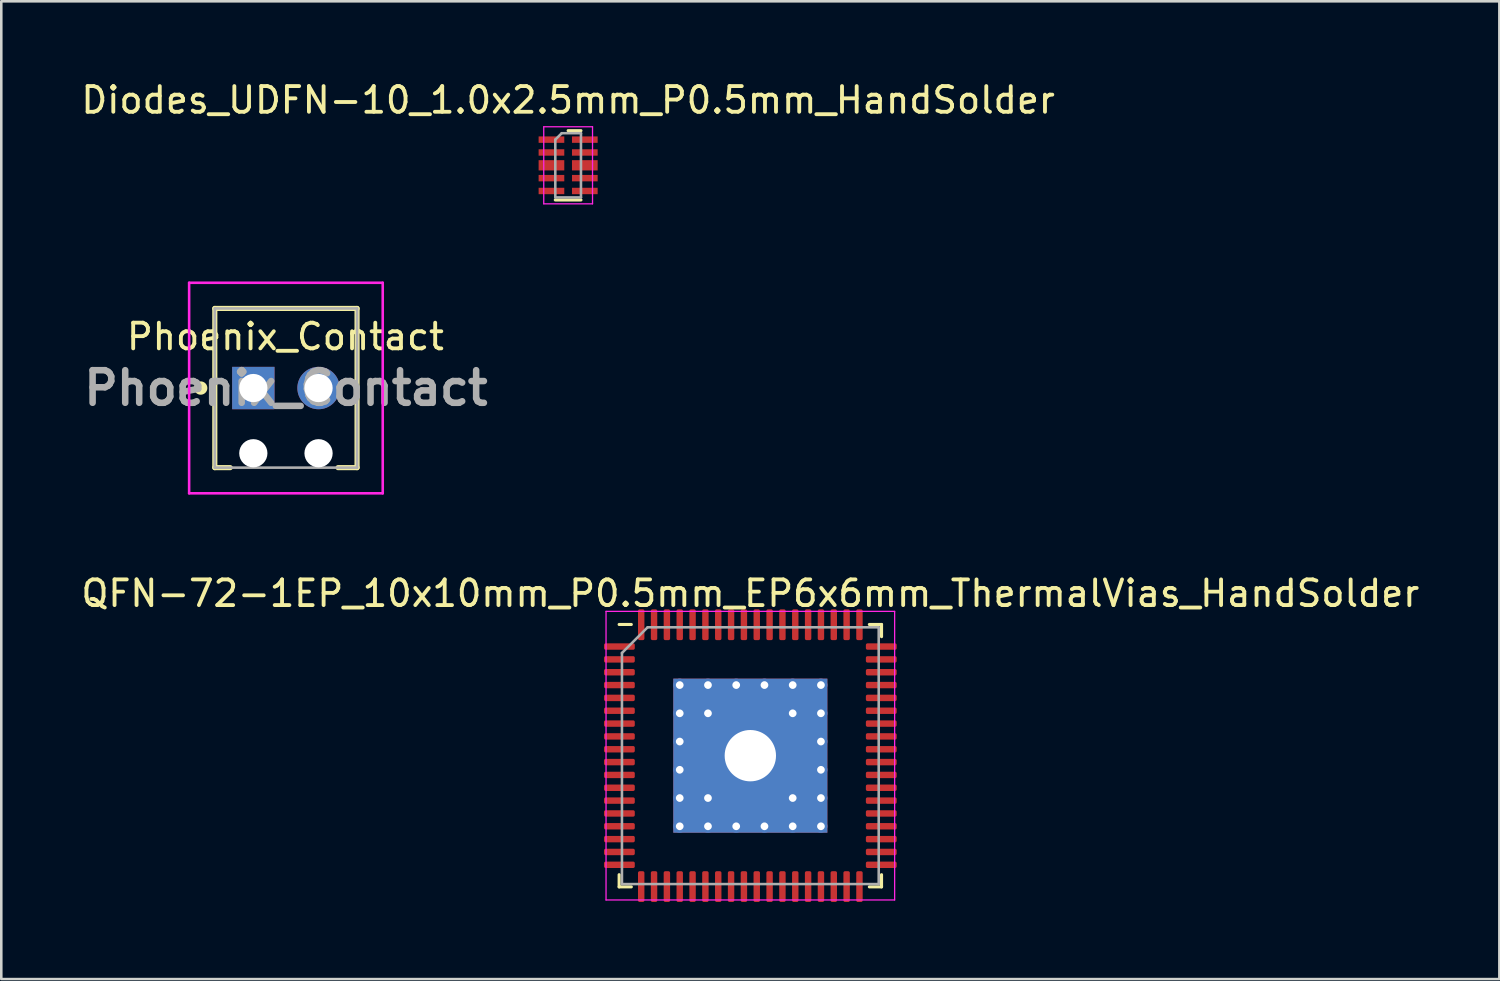
<source format=kicad_pcb>
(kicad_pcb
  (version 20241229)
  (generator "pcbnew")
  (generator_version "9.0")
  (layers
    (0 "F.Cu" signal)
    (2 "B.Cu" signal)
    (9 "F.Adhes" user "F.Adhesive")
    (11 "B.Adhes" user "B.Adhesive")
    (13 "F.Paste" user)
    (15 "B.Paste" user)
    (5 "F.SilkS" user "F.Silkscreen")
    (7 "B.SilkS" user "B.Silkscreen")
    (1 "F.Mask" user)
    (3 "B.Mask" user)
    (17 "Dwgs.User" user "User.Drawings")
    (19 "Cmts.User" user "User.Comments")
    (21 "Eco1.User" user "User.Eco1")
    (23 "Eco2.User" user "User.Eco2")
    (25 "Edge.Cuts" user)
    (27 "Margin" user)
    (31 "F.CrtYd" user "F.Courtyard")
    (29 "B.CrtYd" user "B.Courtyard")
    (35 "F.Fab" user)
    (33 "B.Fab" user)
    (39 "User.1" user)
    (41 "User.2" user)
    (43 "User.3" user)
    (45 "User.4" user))
  (footprint "QFN-72-1EP_10x10mm_P0.5mm_EP6x6mm_ThermalVias_HandSolder"
    (layer "F.Cu")
    (at 26.173 26.381)
    (property "Reference" "QFN-72-1EP_10x10mm_P0.5mm_EP6x6mm_ThermalVias_HandSolder" (at 0 -6.32 0) (layer "F.SilkS") (effects (font (size 1 1) (thickness 0.15))))
    (attr smd)
    (fp_line (start -5.11 5.11) (end -5.11 4.635) (stroke (width 0.12) (type solid)) (layer "F.SilkS"))
    (fp_line (start -4.635 -5.11) (end -5.11 -5.11) (stroke (width 0.12) (type solid)) (layer "F.SilkS"))
    (fp_line (start -4.635 5.11) (end -5.11 5.11) (stroke (width 0.12) (type solid)) (layer "F.SilkS"))
    (fp_line (start 4.635 -5.11) (end 5.11 -5.11) (stroke (width 0.12) (type solid)) (layer "F.SilkS"))
    (fp_line (start 4.635 5.11) (end 5.11 5.11) (stroke (width 0.12) (type solid)) (layer "F.SilkS"))
    (fp_line (start 5.11 -5.11) (end 5.11 -4.635) (stroke (width 0.12) (type solid)) (layer "F.SilkS"))
    (fp_line (start 5.11 5.11) (end 5.11 4.635) (stroke (width 0.12) (type solid)) (layer "F.SilkS"))
    (fp_line (start -5.62 -5.62) (end -5.62 5.62) (stroke (width 0.05) (type solid)) (layer "F.CrtYd"))
    (fp_line (start -5.62 5.62) (end 5.62 5.62) (stroke (width 0.05) (type solid)) (layer "F.CrtYd"))
    (fp_line (start 5.62 -5.62) (end -5.62 -5.62) (stroke (width 0.05) (type solid)) (layer "F.CrtYd"))
    (fp_line (start 5.62 5.62) (end 5.62 -5.62) (stroke (width 0.05) (type solid)) (layer "F.CrtYd"))
    (fp_line (start -5 -4) (end -4 -5) (stroke (width 0.1) (type solid)) (layer "F.Fab"))
    (fp_line (start -5 5) (end -5 -4) (stroke (width 0.1) (type solid)) (layer "F.Fab"))
    (fp_line (start -4 -5) (end 5 -5) (stroke (width 0.1) (type solid)) (layer "F.Fab"))
    (fp_line (start 5 -5) (end 5 5) (stroke (width 0.1) (type solid)) (layer "F.Fab"))
    (fp_line (start 5 5) (end -5 5) (stroke (width 0.1) (type solid)) (layer "F.Fab"))
    (pad "" smd roundrect (at -2.2 -2.2) (size 0.93 0.93) (layers "F.Paste") (roundrect_rratio 0.25))
    (pad "" smd roundrect (at -2.2 -1.1) (size 0.93 0.93) (layers "F.Paste") (roundrect_rratio 0.25))
    (pad "" smd roundrect (at -2.2 0) (size 0.93 0.93) (layers "F.Paste") (roundrect_rratio 0.25))
    (pad "" smd roundrect (at -2.2 1.1) (size 0.93 0.93) (layers "F.Paste") (roundrect_rratio 0.25))
    (pad "" smd roundrect (at -2.2 2.2) (size 0.93 0.93) (layers "F.Paste") (roundrect_rratio 0.25))
    (pad "" smd roundrect (at -1.1 -2.2) (size 0.93 0.93) (layers "F.Paste") (roundrect_rratio 0.25))
    (pad "" smd roundrect (at -1.1 -1.1) (size 0.93 0.93) (layers "F.Paste") (roundrect_rratio 0.25))
    (pad "" smd roundrect (at -1.1 0) (size 0.93 0.93) (layers "F.Paste") (roundrect_rratio 0.25))
    (pad "" smd roundrect (at -1.1 1.1) (size 0.93 0.93) (layers "F.Paste") (roundrect_rratio 0.25))
    (pad "" smd roundrect (at -1.1 2.2) (size 0.93 0.93) (layers "F.Paste") (roundrect_rratio 0.25))
    (pad "" smd roundrect (at 0 -2.2) (size 0.93 0.93) (layers "F.Paste") (roundrect_rratio 0.25))
    (pad "" smd roundrect (at 0 -1.1) (size 0.93 0.93) (layers "F.Paste") (roundrect_rratio 0.25))
    (pad "" smd roundrect (at 0 0) (size 0.93 0.93) (layers "F.Paste") (roundrect_rratio 0.25))
    (pad "" smd roundrect (at 0 1.1) (size 0.93 0.93) (layers "F.Paste") (roundrect_rratio 0.25))
    (pad "" smd roundrect (at 0 2.2) (size 0.93 0.93) (layers "F.Paste") (roundrect_rratio 0.25))
    (pad "" smd roundrect (at 1.1 -2.2) (size 0.93 0.93) (layers "F.Paste") (roundrect_rratio 0.25))
    (pad "" smd roundrect (at 1.1 -1.1) (size 0.93 0.93) (layers "F.Paste") (roundrect_rratio 0.25))
    (pad "" smd roundrect (at 1.1 0) (size 0.93 0.93) (layers "F.Paste") (roundrect_rratio 0.25))
    (pad "" smd roundrect (at 1.1 1.1) (size 0.93 0.93) (layers "F.Paste") (roundrect_rratio 0.25))
    (pad "" smd roundrect (at 1.1 2.2) (size 0.93 0.93) (layers "F.Paste") (roundrect_rratio 0.25))
    (pad "" smd roundrect (at 2.2 -2.2) (size 0.93 0.93) (layers "F.Paste") (roundrect_rratio 0.25))
    (pad "" smd roundrect (at 2.2 -1.1) (size 0.93 0.93) (layers "F.Paste") (roundrect_rratio 0.25))
    (pad "" smd roundrect (at 2.2 0) (size 0.93 0.93) (layers "F.Paste") (roundrect_rratio 0.25))
    (pad "" smd roundrect (at 2.2 1.1) (size 0.93 0.93) (layers "F.Paste") (roundrect_rratio 0.25))
    (pad "" smd roundrect (at 2.2 2.2) (size 0.93 0.93) (layers "F.Paste") (roundrect_rratio 0.25))
    (pad "1" smd roundrect (at -5.1 -4.25) (size 1.2 0.25) (layers "F.Cu" "F.Mask" "F.Paste") (roundrect_rratio 0.25))
    (pad "2" smd roundrect (at -5.1 -3.75) (size 1.2 0.25) (layers "F.Cu" "F.Mask" "F.Paste") (roundrect_rratio 0.25))
    (pad "3" smd roundrect (at -5.1 -3.25) (size 1.2 0.25) (layers "F.Cu" "F.Mask" "F.Paste") (roundrect_rratio 0.25))
    (pad "4" smd roundrect (at -5.1 -2.75) (size 1.2 0.25) (layers "F.Cu" "F.Mask" "F.Paste") (roundrect_rratio 0.25))
    (pad "5" smd roundrect (at -5.1 -2.25) (size 1.2 0.25) (layers "F.Cu" "F.Mask" "F.Paste") (roundrect_rratio 0.25))
    (pad "6" smd roundrect (at -5.1 -1.75) (size 1.2 0.25) (layers "F.Cu" "F.Mask" "F.Paste") (roundrect_rratio 0.25))
    (pad "7" smd roundrect (at -5.1 -1.25) (size 1.2 0.25) (layers "F.Cu" "F.Mask" "F.Paste") (roundrect_rratio 0.25))
    (pad "8" smd roundrect (at -5.1 -0.75) (size 1.2 0.25) (layers "F.Cu" "F.Mask" "F.Paste") (roundrect_rratio 0.25))
    (pad "9" smd roundrect (at -5.1 -0.25) (size 1.2 0.25) (layers "F.Cu" "F.Mask" "F.Paste") (roundrect_rratio 0.25))
    (pad "10" smd roundrect (at -5.1 0.25) (size 1.2 0.25) (layers "F.Cu" "F.Mask" "F.Paste") (roundrect_rratio 0.25))
    (pad "11" smd roundrect (at -5.1 0.75) (size 1.2 0.25) (layers "F.Cu" "F.Mask" "F.Paste") (roundrect_rratio 0.25))
    (pad "12" smd roundrect (at -5.1 1.25) (size 1.2 0.25) (layers "F.Cu" "F.Mask" "F.Paste") (roundrect_rratio 0.25))
    (pad "13" smd roundrect (at -5.1 1.75) (size 1.2 0.25) (layers "F.Cu" "F.Mask" "F.Paste") (roundrect_rratio 0.25))
    (pad "14" smd roundrect (at -5.1 2.25) (size 1.2 0.25) (layers "F.Cu" "F.Mask" "F.Paste") (roundrect_rratio 0.25))
    (pad "15" smd roundrect (at -5.1 2.75) (size 1.2 0.25) (layers "F.Cu" "F.Mask" "F.Paste") (roundrect_rratio 0.25))
    (pad "16" smd roundrect (at -5.1 3.25) (size 1.2 0.25) (layers "F.Cu" "F.Mask" "F.Paste") (roundrect_rratio 0.25))
    (pad "17" smd roundrect (at -5.1 3.75) (size 1.2 0.25) (layers "F.Cu" "F.Mask" "F.Paste") (roundrect_rratio 0.25))
    (pad "18" smd roundrect (at -5.1 4.25) (size 1.2 0.25) (layers "F.Cu" "F.Mask" "F.Paste") (roundrect_rratio 0.25))
    (pad "19" smd roundrect (at -4.25 5.1) (size 0.25 1.2) (layers "F.Cu" "F.Mask" "F.Paste") (roundrect_rratio 0.25))
    (pad "20" smd roundrect (at -3.75 5.1) (size 0.25 1.2) (layers "F.Cu" "F.Mask" "F.Paste") (roundrect_rratio 0.25))
    (pad "21" smd roundrect (at -3.25 5.1) (size 0.25 1.2) (layers "F.Cu" "F.Mask" "F.Paste") (roundrect_rratio 0.25))
    (pad "22" smd roundrect (at -2.75 5.1) (size 0.25 1.2) (layers "F.Cu" "F.Mask" "F.Paste") (roundrect_rratio 0.25))
    (pad "23" smd roundrect (at -2.25 5.1) (size 0.25 1.2) (layers "F.Cu" "F.Mask" "F.Paste") (roundrect_rratio 0.25))
    (pad "24" smd roundrect (at -1.75 5.1) (size 0.25 1.2) (layers "F.Cu" "F.Mask" "F.Paste") (roundrect_rratio 0.25))
    (pad "25" smd roundrect (at -1.25 5.1) (size 0.25 1.2) (layers "F.Cu" "F.Mask" "F.Paste") (roundrect_rratio 0.25))
    (pad "26" smd roundrect (at -0.75 5.1) (size 0.25 1.2) (layers "F.Cu" "F.Mask" "F.Paste") (roundrect_rratio 0.25))
    (pad "27" smd roundrect (at -0.25 5.1) (size 0.25 1.2) (layers "F.Cu" "F.Mask" "F.Paste") (roundrect_rratio 0.25))
    (pad "28" smd roundrect (at 0.25 5.1) (size 0.25 1.2) (layers "F.Cu" "F.Mask" "F.Paste") (roundrect_rratio 0.25))
    (pad "29" smd roundrect (at 0.75 5.1) (size 0.25 1.2) (layers "F.Cu" "F.Mask" "F.Paste") (roundrect_rratio 0.25))
    (pad "30" smd roundrect (at 1.25 5.1) (size 0.25 1.2) (layers "F.Cu" "F.Mask" "F.Paste") (roundrect_rratio 0.25))
    (pad "31" smd roundrect (at 1.75 5.1) (size 0.25 1.2) (layers "F.Cu" "F.Mask" "F.Paste") (roundrect_rratio 0.25))
    (pad "32" smd roundrect (at 2.25 5.1) (size 0.25 1.2) (layers "F.Cu" "F.Mask" "F.Paste") (roundrect_rratio 0.25))
    (pad "33" smd roundrect (at 2.75 5.1) (size 0.25 1.2) (layers "F.Cu" "F.Mask" "F.Paste") (roundrect_rratio 0.25))
    (pad "34" smd roundrect (at 3.25 5.1) (size 0.25 1.2) (layers "F.Cu" "F.Mask" "F.Paste") (roundrect_rratio 0.25))
    (pad "35" smd roundrect (at 3.75 5.1) (size 0.25 1.2) (layers "F.Cu" "F.Mask" "F.Paste") (roundrect_rratio 0.25))
    (pad "36" smd roundrect (at 4.25 5.1) (size 0.25 1.2) (layers "F.Cu" "F.Mask" "F.Paste") (roundrect_rratio 0.25))
    (pad "37" smd roundrect (at 5.1 4.25) (size 1.2 0.25) (layers "F.Cu" "F.Mask" "F.Paste") (roundrect_rratio 0.25))
    (pad "38" smd roundrect (at 5.1 3.75) (size 1.2 0.25) (layers "F.Cu" "F.Mask" "F.Paste") (roundrect_rratio 0.25))
    (pad "39" smd roundrect (at 5.1 3.25) (size 1.2 0.25) (layers "F.Cu" "F.Mask" "F.Paste") (roundrect_rratio 0.25))
    (pad "40" smd roundrect (at 5.1 2.75) (size 1.2 0.25) (layers "F.Cu" "F.Mask" "F.Paste") (roundrect_rratio 0.25))
    (pad "41" smd roundrect (at 5.1 2.25) (size 1.2 0.25) (layers "F.Cu" "F.Mask" "F.Paste") (roundrect_rratio 0.25))
    (pad "42" smd roundrect (at 5.1 1.75) (size 1.2 0.25) (layers "F.Cu" "F.Mask" "F.Paste") (roundrect_rratio 0.25))
    (pad "43" smd roundrect (at 5.1 1.25) (size 1.2 0.25) (layers "F.Cu" "F.Mask" "F.Paste") (roundrect_rratio 0.25))
    (pad "44" smd roundrect (at 5.1 0.75) (size 1.2 0.25) (layers "F.Cu" "F.Mask" "F.Paste") (roundrect_rratio 0.25))
    (pad "45" smd roundrect (at 5.1 0.25) (size 1.2 0.25) (layers "F.Cu" "F.Mask" "F.Paste") (roundrect_rratio 0.25))
    (pad "46" smd roundrect (at 5.1 -0.25) (size 1.2 0.25) (layers "F.Cu" "F.Mask" "F.Paste") (roundrect_rratio 0.25))
    (pad "47" smd roundrect (at 5.1 -0.75) (size 1.2 0.25) (layers "F.Cu" "F.Mask" "F.Paste") (roundrect_rratio 0.25))
    (pad "48" smd roundrect (at 5.1 -1.25) (size 1.2 0.25) (layers "F.Cu" "F.Mask" "F.Paste") (roundrect_rratio 0.25))
    (pad "49" smd roundrect (at 5.1 -1.75) (size 1.2 0.25) (layers "F.Cu" "F.Mask" "F.Paste") (roundrect_rratio 0.25))
    (pad "50" smd roundrect (at 5.1 -2.25) (size 1.2 0.25) (layers "F.Cu" "F.Mask" "F.Paste") (roundrect_rratio 0.25))
    (pad "51" smd roundrect (at 5.1 -2.75) (size 1.2 0.25) (layers "F.Cu" "F.Mask" "F.Paste") (roundrect_rratio 0.25))
    (pad "52" smd roundrect (at 5.1 -3.25) (size 1.2 0.25) (layers "F.Cu" "F.Mask" "F.Paste") (roundrect_rratio 0.25))
    (pad "53" smd roundrect (at 5.1 -3.75) (size 1.2 0.25) (layers "F.Cu" "F.Mask" "F.Paste") (roundrect_rratio 0.25))
    (pad "54" smd roundrect (at 5.1 -4.25) (size 1.2 0.25) (layers "F.Cu" "F.Mask" "F.Paste") (roundrect_rratio 0.25))
    (pad "55" smd roundrect (at 4.25 -5.1) (size 0.25 1.2) (layers "F.Cu" "F.Mask" "F.Paste") (roundrect_rratio 0.25))
    (pad "56" smd roundrect (at 3.75 -5.1) (size 0.25 1.2) (layers "F.Cu" "F.Mask" "F.Paste") (roundrect_rratio 0.25))
    (pad "57" smd roundrect (at 3.25 -5.1) (size 0.25 1.2) (layers "F.Cu" "F.Mask" "F.Paste") (roundrect_rratio 0.25))
    (pad "58" smd roundrect (at 2.75 -5.1) (size 0.25 1.2) (layers "F.Cu" "F.Mask" "F.Paste") (roundrect_rratio 0.25))
    (pad "59" smd roundrect (at 2.25 -5.1) (size 0.25 1.2) (layers "F.Cu" "F.Mask" "F.Paste") (roundrect_rratio 0.25))
    (pad "60" smd roundrect (at 1.75 -5.1) (size 0.25 1.2) (layers "F.Cu" "F.Mask" "F.Paste") (roundrect_rratio 0.25))
    (pad "61" smd roundrect (at 1.25 -5.1) (size 0.25 1.2) (layers "F.Cu" "F.Mask" "F.Paste") (roundrect_rratio 0.25))
    (pad "62" smd roundrect (at 0.75 -5.1) (size 0.25 1.2) (layers "F.Cu" "F.Mask" "F.Paste") (roundrect_rratio 0.25))
    (pad "63" smd roundrect (at 0.25 -5.1) (size 0.25 1.2) (layers "F.Cu" "F.Mask" "F.Paste") (roundrect_rratio 0.25))
    (pad "64" smd roundrect (at -0.25 -5.1) (size 0.25 1.2) (layers "F.Cu" "F.Mask" "F.Paste") (roundrect_rratio 0.25))
    (pad "65" smd roundrect (at -0.75 -5.1) (size 0.25 1.2) (layers "F.Cu" "F.Mask" "F.Paste") (roundrect_rratio 0.25))
    (pad "66" smd roundrect (at -1.25 -5.1) (size 0.25 1.2) (layers "F.Cu" "F.Mask" "F.Paste") (roundrect_rratio 0.25))
    (pad "67" smd roundrect (at -1.75 -5.1) (size 0.25 1.2) (layers "F.Cu" "F.Mask" "F.Paste") (roundrect_rratio 0.25))
    (pad "68" smd roundrect (at -2.25 -5.1) (size 0.25 1.2) (layers "F.Cu" "F.Mask" "F.Paste") (roundrect_rratio 0.25))
    (pad "69" smd roundrect (at -2.75 -5.1) (size 0.25 1.2) (layers "F.Cu" "F.Mask" "F.Paste") (roundrect_rratio 0.25))
    (pad "70" smd roundrect (at -3.25 -5.1) (size 0.25 1.2) (layers "F.Cu" "F.Mask" "F.Paste") (roundrect_rratio 0.25))
    (pad "71" smd roundrect (at -3.75 -5.1) (size 0.25 1.2) (layers "F.Cu" "F.Mask" "F.Paste") (roundrect_rratio 0.25))
    (pad "72" smd roundrect (at -4.25 -5.1) (size 0.25 1.2) (layers "F.Cu" "F.Mask" "F.Paste") (roundrect_rratio 0.25))
    (pad "73" thru_hole circle (at -2.75 -2.75) (size 0.5 0.5) (drill 0.3) (layers "*.Cu"))
    (pad "73" thru_hole circle (at -2.75 -1.65) (size 0.5 0.5) (drill 0.3) (layers "*.Cu"))
    (pad "73" thru_hole circle (at -2.75 -0.55) (size 0.5 0.5) (drill 0.3) (layers "*.Cu"))
    (pad "73" thru_hole circle (at -2.75 0.55) (size 0.5 0.5) (drill 0.3) (layers "*.Cu"))
    (pad "73" thru_hole circle (at -2.75 1.65) (size 0.5 0.5) (drill 0.3) (layers "*.Cu"))
    (pad "73" thru_hole circle (at -2.75 2.75) (size 0.5 0.5) (drill 0.3) (layers "*.Cu"))
    (pad "73" thru_hole circle (at -1.65 -2.75) (size 0.5 0.5) (drill 0.3) (layers "*.Cu"))
    (pad "73" thru_hole circle (at -1.65 -1.65) (size 0.5 0.5) (drill 0.3) (layers "*.Cu"))
    (pad "73" thru_hole circle (at -1.65 1.65) (size 0.5 0.5) (drill 0.3) (layers "*.Cu"))
    (pad "73" thru_hole circle (at -1.65 2.75) (size 0.5 0.5) (drill 0.3) (layers "*.Cu"))
    (pad "73" thru_hole circle (at -0.55 -2.75) (size 0.5 0.5) (drill 0.3) (layers "*.Cu"))
    (pad "73" thru_hole circle (at -0.55 2.75) (size 0.5 0.5) (drill 0.3) (layers "*.Cu"))
    (pad "73" thru_hole circle (at 0 0) (size 3 3) (drill 2) (layers "*.Cu" "*.Mask"))
    (pad "73" smd rect (at 0 0) (size 6 6) (layers "F.Cu" "F.Mask"))
    (pad "73" smd rect (at 0 0) (size 6 6) (layers "B.Cu"))
    (pad "73" thru_hole circle (at 0.55 -2.75) (size 0.5 0.5) (drill 0.3) (layers "*.Cu"))
    (pad "73" thru_hole circle (at 0.55 2.75) (size 0.5 0.5) (drill 0.3) (layers "*.Cu"))
    (pad "73" thru_hole circle (at 1.65 -2.75) (size 0.5 0.5) (drill 0.3) (layers "*.Cu"))
    (pad "73" thru_hole circle (at 1.65 -1.65) (size 0.5 0.5) (drill 0.3) (layers "*.Cu"))
    (pad "73" thru_hole circle (at 1.65 1.65) (size 0.5 0.5) (drill 0.3) (layers "*.Cu"))
    (pad "73" thru_hole circle (at 1.65 2.75) (size 0.5 0.5) (drill 0.3) (layers "*.Cu"))
    (pad "73" thru_hole circle (at 2.75 -2.75) (size 0.5 0.5) (drill 0.3) (layers "*.Cu"))
    (pad "73" thru_hole circle (at 2.75 -1.65) (size 0.5 0.5) (drill 0.3) (layers "*.Cu"))
    (pad "73" thru_hole circle (at 2.75 -0.55) (size 0.5 0.5) (drill 0.3) (layers "*.Cu"))
    (pad "73" thru_hole circle (at 2.75 0.55) (size 0.5 0.5) (drill 0.3) (layers "*.Cu"))
    (pad "73" thru_hole circle (at 2.75 1.65) (size 0.5 0.5) (drill 0.3) (layers "*.Cu"))
    (pad "73" thru_hole circle (at 2.75 2.75) (size 0.5 0.5) (drill 0.3) (layers "*.Cu")))
  (footprint "Diodes_UDFN-10_1.0x2.5mm_P0.5mm_HandSolder"
    (layer "F.Cu")
    (at 19.077 3.388)
    (property "Reference" "Diodes_UDFN-10_1.0x2.5mm_P0.5mm_HandSolder" (at 0 -2.54 0) (layer "F.SilkS") (effects (font (size 1 1) (thickness 0.15))))
    (attr smd)
    (fp_line (start 0.5 -1.35) (end 0 -1.35) (stroke (width 0.12) (type solid)) (layer "F.SilkS"))
    (fp_line (start 0.5 1.35) (end -0.5 1.35) (stroke (width 0.12) (type solid)) (layer "F.SilkS"))
    (fp_line (start -0.95 -1.5) (end 0.95 -1.5) (stroke (width 0.05) (type solid)) (layer "F.CrtYd"))
    (fp_line (start -0.95 1.5) (end -0.95 -1.5) (stroke (width 0.05) (type solid)) (layer "F.CrtYd"))
    (fp_line (start 0.95 -1.5) (end 0.95 1.5) (stroke (width 0.05) (type solid)) (layer "F.CrtYd"))
    (fp_line (start 0.95 1.5) (end -0.95 1.5) (stroke (width 0.05) (type solid)) (layer "F.CrtYd"))
    (fp_line (start -0.5 -1) (end -0.5 1.25) (stroke (width 0.1) (type solid)) (layer "F.Fab"))
    (fp_line (start -0.5 1.25) (end 0.5 1.25) (stroke (width 0.1) (type solid)) (layer "F.Fab"))
    (fp_line (start -0.25 -1.25) (end -0.5 -1) (stroke (width 0.1) (type solid)) (layer "F.Fab"))
    (fp_line (start 0.5 -1.25) (end -0.25 -1.25) (stroke (width 0.1) (type solid)) (layer "F.Fab"))
    (fp_line (start 0.5 -1.25) (end 0.5 1.25) (stroke (width 0.1) (type solid)) (layer "F.Fab"))
    (pad "1" smd rect (at -0.65 -1 270) (size 0.25 1) (layers "F.Cu" "F.Mask" "F.Paste"))
    (pad "2" smd rect (at -0.65 -0.5 270) (size 0.25 1) (layers "F.Cu" "F.Mask" "F.Paste"))
    (pad "3" smd rect (at -0.65 0 270) (size 0.4 1) (layers "F.Cu" "F.Mask" "F.Paste"))
    (pad "4" smd rect (at -0.65 0.5 270) (size 0.25 1) (layers "F.Cu" "F.Mask" "F.Paste"))
    (pad "5" smd rect (at -0.65 1 270) (size 0.25 1) (layers "F.Cu" "F.Mask" "F.Paste"))
    (pad "6" smd rect (at 0.65 1 270) (size 0.25 1) (layers "F.Cu" "F.Mask" "F.Paste"))
    (pad "7" smd rect (at 0.65 0.5 270) (size 0.25 1) (layers "F.Cu" "F.Mask" "F.Paste"))
    (pad "8" smd rect (at 0.65 0 270) (size 0.4 1) (layers "F.Cu" "F.Mask" "F.Paste"))
    (pad "9" smd rect (at 0.65 -0.5 270) (size 0.25 1) (layers "F.Cu" "F.Mask" "F.Paste"))
    (pad "10" smd rect (at 0.65 -1 270) (size 0.25 1) (layers "F.Cu" "F.Mask" "F.Paste")))
  (footprint "Phoenix_Contact"
    (layer "F.Cu")
    (at 6.816 12.063)
    (property "Reference" "Phoenix_Contact" (at 1.25 -2 0) (layer "F.SilkS") (effects (font (size 1 1) (thickness 0.15))))
    (attr through_hole)
    (fp_line (start -1.5 -3.1) (end 4.04 -3.1) (stroke (width 0.2) (type solid)) (layer "F.SilkS"))
    (fp_line (start -1.5 3.1) (end -1.5 -3.1) (stroke (width 0.2) (type solid)) (layer "F.SilkS"))
    (fp_line (start -0.9 3.1) (end -1.5 3.1) (stroke (width 0.2) (type solid)) (layer "F.SilkS"))
    (fp_line (start 4.04 -3.1) (end 4.04 3.1) (stroke (width 0.2) (type solid)) (layer "F.SilkS"))
    (fp_line (start 4.04 3.1) (end 3.3 3.1) (stroke (width 0.2) (type solid)) (layer "F.SilkS"))
    (fp_circle (center -2.05 0) (end -1.95 0) (stroke (width 0.2) (type solid)) (fill no) (layer "F.SilkS"))
    (fp_circle (center -2.05 0) (end -1.85 0) (stroke (width 0.12) (type solid)) (fill no) (layer "F.SilkS"))
    (fp_line (start -2.5 -4.1) (end 5.04 -4.1) (stroke (width 0.1) (type solid)) (layer "F.CrtYd"))
    (fp_line (start -2.5 4.1) (end -2.5 -4.1) (stroke (width 0.1) (type solid)) (layer "F.CrtYd"))
    (fp_line (start 5.04 -4.1) (end 5.04 4.1) (stroke (width 0.1) (type solid)) (layer "F.CrtYd"))
    (fp_line (start 5.04 4.1) (end -2.5 4.1) (stroke (width 0.1) (type solid)) (layer "F.CrtYd"))
    (fp_line (start -1.5 -3.1) (end -1.5 3.1) (stroke (width 0.1) (type solid)) (layer "F.Fab"))
    (fp_line (start -1.5 3.1) (end 4.04 3.1) (stroke (width 0.1) (type solid)) (layer "F.Fab"))
    (fp_line (start 4.04 -3.1) (end -1.5 -3.1) (stroke (width 0.1) (type solid)) (layer "F.Fab"))
    (fp_line (start 4.04 3.1) (end 4.04 -3.1) (stroke (width 0.1) (type solid)) (layer "F.Fab"))
    (fp_text user "${REFERENCE}" (at 1.27 0 0) (layer "F.Fab") (effects (font (size 1.27 1.27) (thickness 0.254))))
    (pad "" np_thru_hole circle (at 0 2.54) (size 1.1 1.1) (drill 1.1) (layers "*.Cu" "*.Mask"))
    (pad "" np_thru_hole circle (at 2.54 2.54) (size 1.1 1.1) (drill 1.1) (layers "*.Cu" "*.Mask"))
    (pad "1" thru_hole rect (at 0 0) (size 1.65 1.65) (drill 1.1) (layers "*.Cu" "*.Mask"))
    (pad "2" thru_hole circle (at 2.54 0) (size 1.65 1.65) (drill 1.1) (layers "*.Cu" "*.Mask")))
  (gr_rect
    (start -3 -3)
    (end 55.345 35.081)
    (stroke (width 0.1) (type default))
    (fill no)
    (layer "Edge.Cuts")))
</source>
